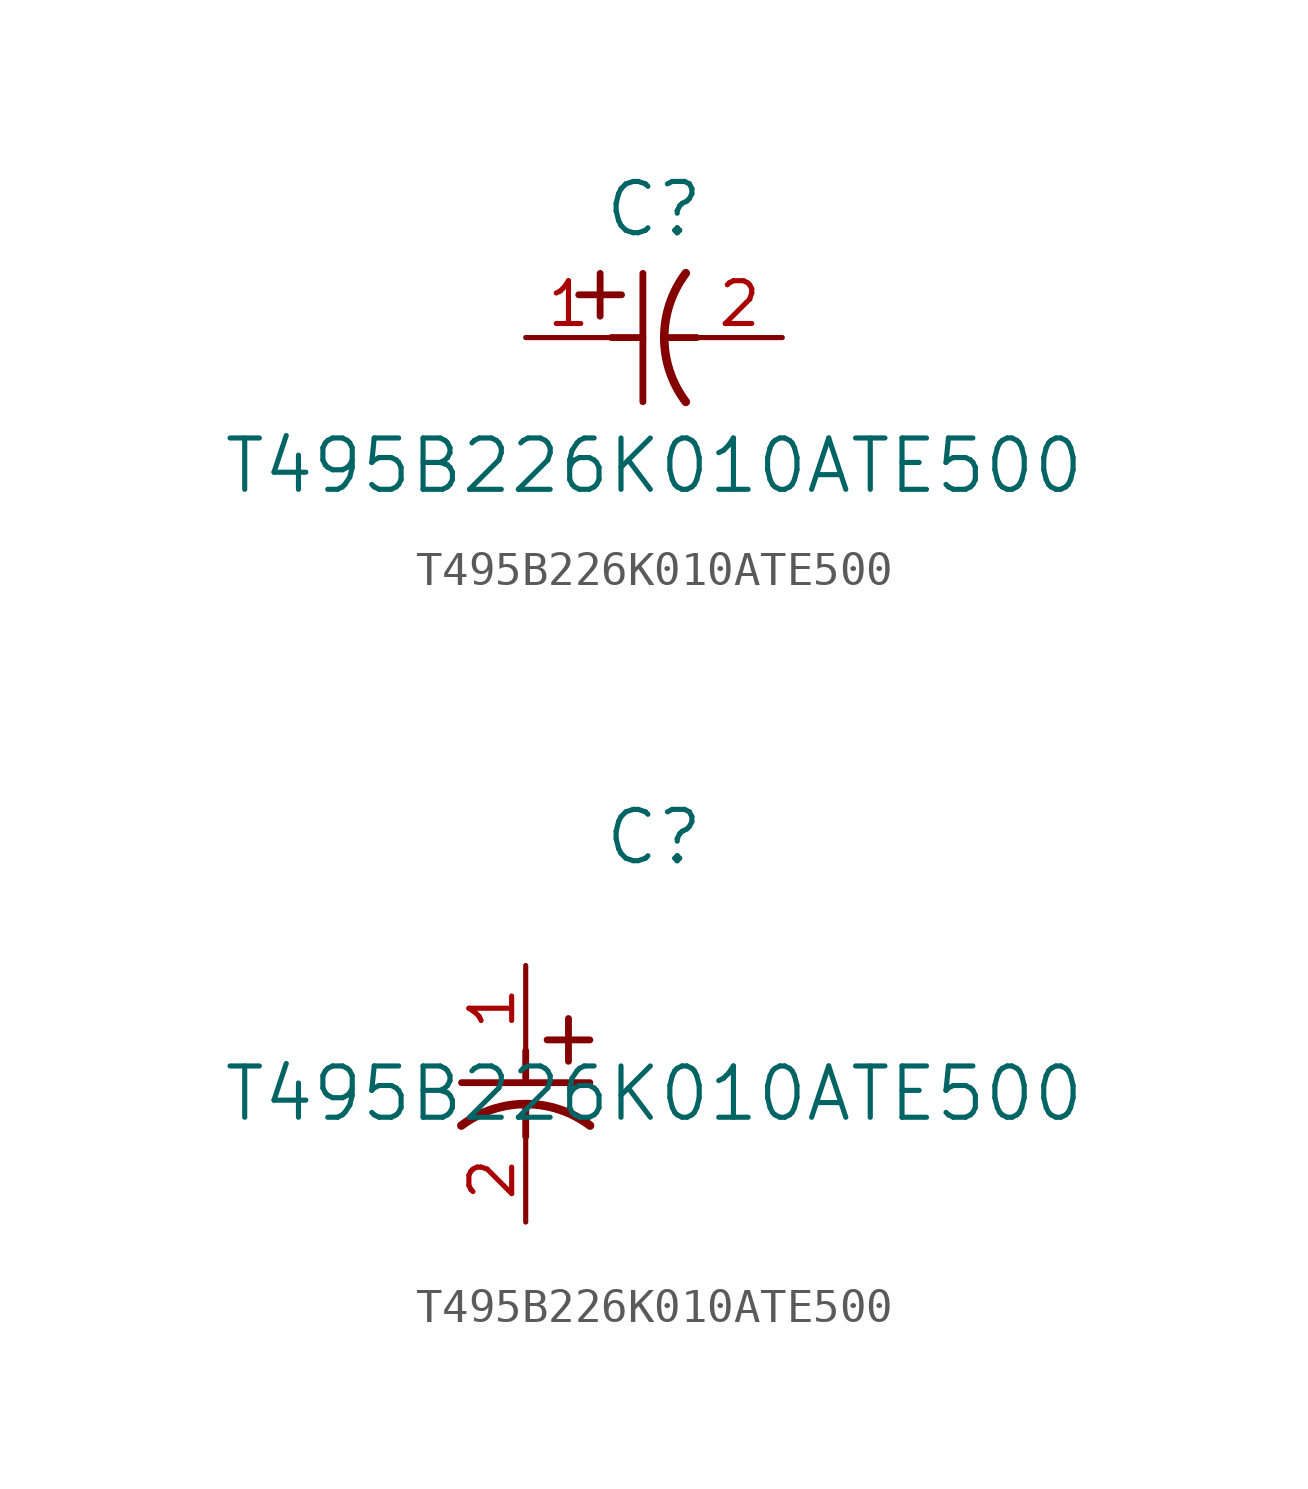
<source format=kicad_sym>
(kicad_symbol_lib
  (version 20211014)
  (generator kicad_symbol_editor)
  (symbol "T495B226K010ATE500"
    (pin_names
      (offset 0.254))
    (property "Reference" "C"
      (at 3.81 3.81 0)
      (effects (font (size 1.524 1.524))))
    (property "Value" "T495B226K010ATE500"
      (at 3.81 -3.81 0)
      (effects (font (size 1.524 1.524))))
    (symbol "T495B226K010ATE500_1_1"
      (polyline (pts (xy 2.21 0.635) (xy 2.21 1.905)) (stroke (width 0.203) (type default) (color 0 0 0 0)) (fill (type none)))
      (arc (start 4.754132 1.910763) (mid 4.1148 0) (end 4.754132 -1.910763) (stroke (width 0.254) (type default) (color 0 0 0 0)) (fill (type none)))
      (polyline (pts (xy 4.115 0) (xy 5.08 0)) (stroke (width 0.203) (type default) (color 0 0 0 0)) (fill (type none)))
      (polyline (pts (xy 3.48 -1.905) (xy 3.48 1.905)) (stroke (width 0.203) (type default) (color 0 0 0 0)) (fill (type none)))
      (polyline (pts (xy 1.575 1.27) (xy 2.845 1.27)) (stroke (width 0.203) (type default) (color 0 0 0 0)) (fill (type none)))
      (polyline (pts (xy 2.54 0) (xy 3.48 0)) (stroke (width 0.203) (type default) (color 0 0 0 0)) (fill (type none)))
      (pin unspecified line (at 0 0 0) (length 2.54) (name "" (effects (font (size 1.27 1.27)))) (number "1" (effects (font (size 1.27 1.27)))))
      (pin unspecified line (at 7.62 0 180) (length 2.54) (name "" (effects (font (size 1.27 1.27)))) (number "2" (effects (font (size 1.27 1.27))))))
    (symbol "T495B226K010ATE500_1_2"
      (polyline (pts (xy 0 -2.54) (xy 0 -3.48)) (stroke (width 0.203) (type default) (color 0 0 0 0)) (fill (type none)))
      (arc (start 1.910763 -4.754132) (mid 0 -4.1148) (end -1.910763 -4.754132) (stroke (width 0.254) (type default) (color 0 0 0 0)) (fill (type none)))
      (polyline (pts (xy -1.905 -3.48) (xy 1.905 -3.48)) (stroke (width 0.203) (type default) (color 0 0 0 0)) (fill (type none)))
      (polyline (pts (xy 0.635 -2.21) (xy 1.905 -2.21)) (stroke (width 0.203) (type default) (color 0 0 0 0)) (fill (type none)))
      (polyline (pts (xy 1.27 -1.575) (xy 1.27 -2.845)) (stroke (width 0.203) (type default) (color 0 0 0 0)) (fill (type none)))
      (polyline (pts (xy 0 -4.115) (xy 0 -5.08)) (stroke (width 0.203) (type default) (color 0 0 0 0)) (fill (type none)))
      (pin unspecified line (at 0 0 270) (length 2.54) (name "" (effects (font (size 1.27 1.27)))) (number "1" (effects (font (size 1.27 1.27)))))
      (pin unspecified line (at 0 -7.62 90) (length 2.54) (name "" (effects (font (size 1.27 1.27)))) (number "2" (effects (font (size 1.27 1.27))))))))
</source>
